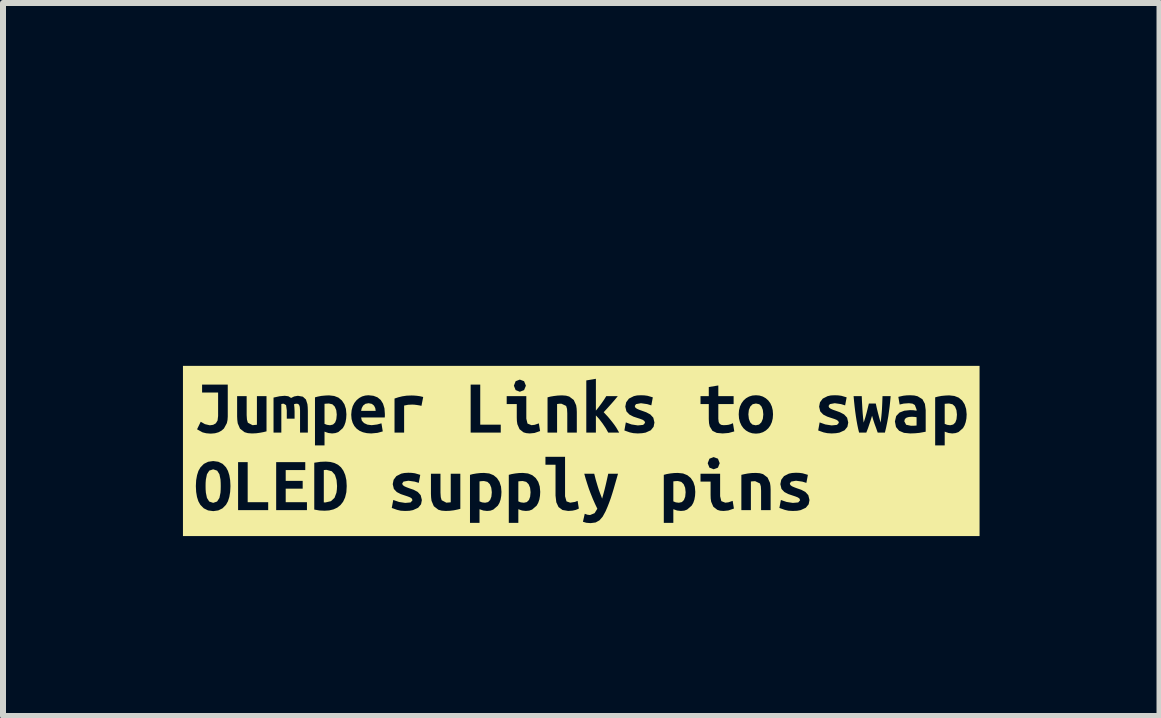
<source format=kicad_pcb>
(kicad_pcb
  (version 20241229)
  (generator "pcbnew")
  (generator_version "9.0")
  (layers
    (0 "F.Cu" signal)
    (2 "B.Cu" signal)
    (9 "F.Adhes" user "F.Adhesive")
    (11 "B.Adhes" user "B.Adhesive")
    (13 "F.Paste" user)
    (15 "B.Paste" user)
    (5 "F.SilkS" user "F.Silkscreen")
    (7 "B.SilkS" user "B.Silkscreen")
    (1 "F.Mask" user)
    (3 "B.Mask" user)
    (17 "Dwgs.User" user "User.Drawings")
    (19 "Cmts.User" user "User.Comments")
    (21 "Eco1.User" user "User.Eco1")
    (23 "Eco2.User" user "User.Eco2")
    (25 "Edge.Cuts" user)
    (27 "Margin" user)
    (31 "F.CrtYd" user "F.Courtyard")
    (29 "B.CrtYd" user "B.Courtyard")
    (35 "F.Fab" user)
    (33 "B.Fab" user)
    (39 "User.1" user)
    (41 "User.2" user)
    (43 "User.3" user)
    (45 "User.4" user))
  (footprint "kibuzzard-68271661"
    (layer "F.Cu")
    (at 6.64 4.468)
    (property "Reference" "kibuzzard-68271661" (at 0 -4.467 0) (layer "F.SilkS") (effects (font (size 0.001 0.001) (thickness 0.15))))
    (attr board_only exclude_from_pos_files exclude_from_bom)
    (fp_poly (pts (xy -3.427 -0.668) (xy -3.434 -0.715) (xy -3.455 -0.756) (xy -3.491 -0.785) (xy -3.545 -0.796) (xy -3.599 -0.786) (xy -3.636 -0.757) (xy -3.659 -0.716) (xy -3.67 -0.668) (xy -3.427 -0.668)) (stroke (width 0) (type solid)) (fill yes) (layer "F.SilkS"))
    (fp_poly (pts (xy 5.497 -0.42) (xy 5.547 -0.421) (xy 5.59 -0.424) (xy 5.59 -0.563) (xy 5.552 -0.568) (xy 5.512 -0.57) (xy 5.464 -0.567) (xy 5.424 -0.556) (xy 5.396 -0.534) (xy 5.385 -0.496) (xy 5.416 -0.437) (xy 5.497 -0.42)) (stroke (width 0) (type solid)) (fill yes) (layer "F.SilkS"))
    (fp_poly (pts (xy -4.076 -0.605) (xy -4.084 -0.679) (xy -4.109 -0.739) (xy -4.149 -0.778) (xy -4.207 -0.791) (xy -4.246 -0.789) (xy -4.28 -0.786) (xy -4.28 -0.452) (xy -4.239 -0.436) (xy -4.187 -0.429) (xy -4.138 -0.441) (xy -4.103 -0.475) (xy -4.083 -0.53) (xy -4.076 -0.605)) (stroke (width 0) (type solid)) (fill yes) (layer "F.SilkS"))
    (fp_poly (pts (xy -1.491 0.688) (xy -1.5 0.613) (xy -1.524 0.554) (xy -1.564 0.515) (xy -1.622 0.501) (xy -1.661 0.503) (xy -1.696 0.507) (xy -1.696 0.84) (xy -1.654 0.857) (xy -1.603 0.863) (xy -1.553 0.852) (xy -1.519 0.817) (xy -1.498 0.762) (xy -1.491 0.688)) (stroke (width 0) (type solid)) (fill yes) (layer "F.SilkS"))
    (fp_poly (pts (xy -0.845 0.688) (xy -0.853 0.613) (xy -0.878 0.554) (xy -0.918 0.515) (xy -0.976 0.501) (xy -1.015 0.503) (xy -1.049 0.507) (xy -1.049 0.84) (xy -1.008 0.857) (xy -0.956 0.863) (xy -0.907 0.852) (xy -0.872 0.817) (xy -0.852 0.762) (xy -0.845 0.688)) (stroke (width 0) (type solid)) (fill yes) (layer "F.SilkS"))
    (fp_poly (pts (xy 1.74 0.688) (xy 1.732 0.613) (xy 1.707 0.554) (xy 1.667 0.515) (xy 1.609 0.501) (xy 1.57 0.503) (xy 1.535 0.507) (xy 1.535 0.84) (xy 1.577 0.857) (xy 1.628 0.863) (xy 1.678 0.852) (xy 1.712 0.817) (xy 1.733 0.762) (xy 1.74 0.688)) (stroke (width 0) (type solid)) (fill yes) (layer "F.SilkS"))
    (fp_poly (pts (xy 6.263 -0.605) (xy 6.255 -0.679) (xy 6.231 -0.739) (xy 6.19 -0.778) (xy 6.132 -0.791) (xy 6.094 -0.789) (xy 6.059 -0.786) (xy 6.059 -0.452) (xy 6.1 -0.436) (xy 6.152 -0.429) (xy 6.201 -0.441) (xy 6.236 -0.475) (xy 6.256 -0.53) (xy 6.263 -0.605)) (stroke (width 0) (type solid)) (fill yes) (layer "F.SilkS"))
    (fp_poly (pts (xy -4.292 0.857) (xy -4.278 0.858) (xy -4.264 0.858) (xy -4.173 0.837) (xy -4.113 0.781) (xy -4.081 0.695) (xy -4.074 0.642) (xy -4.071 0.585) (xy -4.079 0.485) (xy -4.106 0.398) (xy -4.159 0.338) (xy -4.246 0.315) (xy -4.269 0.316) (xy -4.292 0.319) (xy -4.292 0.857)) (stroke (width 0) (type solid)) (fill yes) (layer "F.SilkS"))
    (fp_poly (pts (xy 2.786 -0.61) (xy 2.794 -0.536) (xy 2.816 -0.478) (xy 2.853 -0.44) (xy 2.909 -0.428) (xy 2.964 -0.44) (xy 3.003 -0.478) (xy 3.027 -0.536) (xy 3.035 -0.61) (xy 3.027 -0.684) (xy 3.005 -0.741) (xy 2.968 -0.779) (xy 2.912 -0.791) (xy 2.857 -0.779) (xy 2.818 -0.741) (xy 2.794 -0.684) (xy 2.786 -0.61)) (stroke (width 0) (type solid)) (fill yes) (layer "F.SilkS"))
    (fp_poly (pts (xy -6.263 0.585) (xy -6.262 0.642) (xy -6.258 0.695) (xy -6.24 0.783) (xy -6.202 0.843) (xy -6.136 0.865) (xy -6.071 0.843) (xy -6.032 0.783) (xy -6.014 0.694) (xy -6.011 0.642) (xy -6.01 0.585) (xy -6.011 0.529) (xy -6.014 0.476) (xy -6.032 0.388) (xy -6.07 0.328) (xy -6.136 0.306) (xy -6.202 0.328) (xy -6.24 0.388) (xy -6.258 0.477) (xy -6.262 0.529) (xy -6.263 0.585)) (stroke (width 0) (type solid)) (fill yes) (layer "F.SilkS"))
    (fp_poly (pts (xy -6.425 -1.419) (xy -6.64 -1.419) (xy -6.64 1.419) (xy -6.425 1.419) (xy -6.135 1.419) (xy -6.135 1.003) (xy -6.222 0.991) (xy -6.293 0.956) (xy -6.35 0.898) (xy -6.383 0.839) (xy -6.406 0.767) (xy -6.42 0.683) (xy -6.425 0.585) (xy -6.42 0.488) (xy -6.405 0.404) (xy -6.382 0.332) (xy -6.348 0.273) (xy -6.291 0.215) (xy -6.22 0.18) (xy -6.178 0.174) (xy -6.178 -0.289) (xy -6.252 -0.295) (xy -6.313 -0.31) (xy -6.405 -0.361) (xy -6.344 -0.487) (xy -6.273 -0.447) (xy -6.192 -0.428) (xy -6.136 -0.436) (xy -6.092 -0.461) (xy -6.063 -0.508) (xy -6.054 -0.583) (xy -6.054 -0.974) (xy -6.321 -0.974) (xy -6.321 -1.106) (xy -5.893 -1.106) (xy -5.893 -0.574) (xy -5.897 -0.517) (xy -5.908 -0.464) (xy -5.957 -0.374) (xy -5.997 -0.339) (xy -6.046 -0.312) (xy -6.106 -0.295) (xy -6.178 -0.289) (xy -6.178 0.174) (xy -6.136 0.168) (xy -6.05 0.18) (xy -5.978 0.215) (xy -5.922 0.273) (xy -5.89 0.332) (xy -5.867 0.404) (xy -5.853 0.488) (xy -5.848 0.585) (xy -5.853 0.683) (xy -5.867 0.767) (xy -5.89 0.839) (xy -5.923 0.898) (xy -5.98 0.956) (xy -6.051 0.991) (xy -6.135 1.003) (xy -6.135 1.419) (xy -5.219 1.419) (xy -5.219 0.986) (xy -5.721 0.986) (xy -5.721 0.186) (xy -5.561 0.186) (xy -5.561 0.854) (xy -5.49 0.854) (xy -5.49 -0.292) (xy -5.558 -0.297) (xy -5.613 -0.313) (xy -5.689 -0.372) (xy -5.727 -0.461) (xy -5.734 -0.516) (xy -5.737 -0.575) (xy -5.737 -0.914) (xy -5.578 -0.914) (xy -5.578 -0.596) (xy -5.573 -0.523) (xy -5.558 -0.471) (xy -5.48 -0.43) (xy -5.407 -0.437) (xy -5.407 -0.914) (xy -5.247 -0.914) (xy -5.247 -0.327) (xy -5.296 -0.315) (xy -5.354 -0.304) (xy -5.419 -0.295) (xy -5.49 -0.292) (xy -5.49 0.854) (xy -5.219 0.854) (xy -5.219 0.986) (xy -5.219 1.419) (xy -5.086 1.419) (xy -5.086 0.986) (xy -5.086 0.186) (xy -4.601 0.186) (xy -4.601 0.318) (xy -4.927 0.318) (xy -4.927 0.498) (xy -4.644 0.498) (xy -4.644 0.629) (xy -4.927 0.629) (xy -4.927 0.854) (xy -4.573 0.854) (xy -4.573 0.986) (xy -5.086 0.986) (xy -5.086 1.419) (xy -4.558 1.419) (xy -4.558 -0.306) (xy -4.688 -0.306) (xy -4.688 -0.677) (xy -4.692 -0.735) (xy -4.704 -0.769) (xy -4.721 -0.784) (xy -4.741 -0.788) (xy -4.765 -0.786) (xy -4.788 -0.779) (xy -4.782 -0.725) (xy -4.779 -0.659) (xy -4.779 -0.538) (xy -4.909 -0.538) (xy -4.909 -0.677) (xy -4.921 -0.764) (xy -4.96 -0.788) (xy -4.979 -0.787) (xy -5 -0.783) (xy -5 -0.306) (xy -5.13 -0.306) (xy -5.13 -0.89) (xy -5.03 -0.912) (xy -4.943 -0.92) (xy -4.883 -0.912) (xy -4.837 -0.884) (xy -4.786 -0.909) (xy -4.724 -0.92) (xy -4.641 -0.905) (xy -4.59 -0.858) (xy -4.565 -0.78) (xy -4.56 -0.729) (xy -4.558 -0.669) (xy -4.558 -0.306) (xy -4.558 1.419) (xy -4.28 1.419) (xy -4.28 0.996) (xy -4.364 0.992) (xy -4.451 0.977) (xy -4.451 0.196) (xy -4.349 0.181) (xy -4.28 0.178) (xy -4.28 -0.093) (xy -4.439 -0.093) (xy -4.439 -0.894) (xy -4.39 -0.907) (xy -4.332 -0.918) (xy -4.268 -0.924) (xy -4.205 -0.927) (xy -4.119 -0.917) (xy -4.047 -0.889) (xy -3.99 -0.841) (xy -3.948 -0.778) (xy -3.923 -0.701) (xy -3.915 -0.61) (xy -3.919 -0.543) (xy -3.93 -0.481) (xy -3.949 -0.427) (xy -3.975 -0.381) (xy -4.05 -0.315) (xy -4.099 -0.298) (xy -4.155 -0.292) (xy -4.217 -0.3) (xy -4.28 -0.322) (xy -4.28 -0.093) (xy -4.28 0.178) (xy -4.26 0.177) (xy -4.184 0.183) (xy -4.116 0.2) (xy -4.055 0.23) (xy -4.005 0.273) (xy -3.965 0.33) (xy -3.935 0.4) (xy -3.916 0.485) (xy -3.91 0.585) (xy -3.916 0.688) (xy -3.937 0.775) (xy -3.97 0.846) (xy -4.014 0.902) (xy -4.068 0.945) (xy -4.131 0.974) (xy -4.202 0.991) (xy -4.28 0.996) (xy -4.28 1.419) (xy -3.501 1.419) (xy -3.501 -0.292) (xy -3.575 -0.297) (xy -3.64 -0.312) (xy -3.697 -0.337) (xy -3.745 -0.372) (xy -3.783 -0.416) (xy -3.811 -0.469) (xy -3.829 -0.532) (xy -3.835 -0.605) (xy -3.828 -0.68) (xy -3.81 -0.746) (xy -3.782 -0.801) (xy -3.745 -0.847) (xy -3.702 -0.883) (xy -3.654 -0.909) (xy -3.601 -0.924) (xy -3.548 -0.929) (xy -3.465 -0.92) (xy -3.397 -0.894) (xy -3.343 -0.85) (xy -3.305 -0.789) (xy -3.281 -0.711) (xy -3.274 -0.618) (xy -3.274 -0.585) (xy -3.276 -0.558) (xy -3.67 -0.558) (xy -3.658 -0.505) (xy -3.621 -0.465) (xy -3.565 -0.439) (xy -3.495 -0.43) (xy -3.404 -0.441) (xy -3.331 -0.461) (xy -3.309 -0.326) (xy -3.396 -0.302) (xy -3.501 -0.292) (xy -3.501 1.419) (xy -2.935 1.419) (xy -2.935 1) (xy -3.008 0.996) (xy -3.069 0.982) (xy -3.159 0.95) (xy -3.134 0.817) (xy -3.038 0.85) (xy -2.934 0.866) (xy -2.845 0.858) (xy -2.814 0.823) (xy -2.823 0.795) (xy -2.85 0.775) (xy -2.89 0.759) (xy -2.938 0.743) (xy -3.009 0.719) (xy -3.075 0.685) (xy -3.124 0.633) (xy -3.143 0.553) (xy -3.128 0.48) (xy -3.082 0.419) (xy -3.001 0.378) (xy -2.953 0.368) (xy -2.953 -0.306) (xy -3.113 -0.306) (xy -3.113 -0.874) (xy -3.049 -0.895) (xy -2.984 -0.911) (xy -2.911 -0.922) (xy -2.828 -0.925) (xy -2.791 -0.924) (xy -2.74 -0.92) (xy -2.685 -0.912) (xy -2.635 -0.9) (xy -2.664 -0.752) (xy -2.7 -0.76) (xy -2.744 -0.767) (xy -2.786 -0.772) (xy -2.821 -0.773) (xy -2.887 -0.77) (xy -2.953 -0.757) (xy -2.953 -0.306) (xy -2.953 0.368) (xy -2.947 0.367) (xy -2.883 0.363) (xy -2.826 0.365) (xy -2.773 0.372) (xy -2.684 0.398) (xy -2.709 0.532) (xy -2.777 0.511) (xy -2.882 0.496) (xy -2.964 0.511) (xy -2.985 0.543) (xy -2.976 0.568) (xy -2.95 0.588) (xy -2.912 0.605) (xy -2.867 0.622) (xy -2.794 0.647) (xy -2.726 0.683) (xy -2.677 0.737) (xy -2.657 0.818) (xy -2.671 0.889) (xy -2.719 0.947) (xy -2.805 0.986) (xy -2.864 0.997) (xy -2.935 1) (xy -2.935 1.419) (xy -2.259 1.419) (xy -2.259 1) (xy -2.327 0.995) (xy -2.382 0.98) (xy -2.458 0.921) (xy -2.496 0.831) (xy -2.503 0.777) (xy -2.506 0.717) (xy -2.506 0.379) (xy -2.347 0.379) (xy -2.347 0.697) (xy -2.342 0.77) (xy -2.327 0.821) (xy -2.249 0.862) (xy -2.176 0.856) (xy -2.176 0.379) (xy -2.016 0.379) (xy -2.016 0.965) (xy -2.065 0.977) (xy -2.123 0.989) (xy -2.188 0.997) (xy -2.259 1) (xy -2.259 1.419) (xy -1.696 1.419) (xy -1.696 1.199) (xy -1.855 1.199) (xy -1.855 0.398) (xy -1.806 0.385) (xy -1.747 0.375) (xy -1.683 0.368) (xy -1.621 0.366) (xy -1.534 0.375) (xy -1.462 0.404) (xy -1.405 0.451) (xy -1.363 0.515) (xy -1.342 0.582) (xy -1.342 -0.306) (xy -1.844 -0.306) (xy -1.844 -1.106) (xy -1.684 -1.106) (xy -1.684 -0.438) (xy -1.342 -0.438) (xy -1.342 -0.306) (xy -1.342 0.582) (xy -1.338 0.592) (xy -1.33 0.682) (xy -1.334 0.749) (xy -1.345 0.811) (xy -1.364 0.866) (xy -1.391 0.912) (xy -1.466 0.977) (xy -1.514 0.995) (xy -1.57 1) (xy -1.632 0.993) (xy -1.696 0.971) (xy -1.696 1.199) (xy -1.696 1.419) (xy -1.049 1.419) (xy -1.049 1.199) (xy -1.208 1.199) (xy -1.208 0.398) (xy -1.159 0.385) (xy -1.1 0.375) (xy -1.037 0.368) (xy -0.974 0.366) (xy -0.888 0.375) (xy -0.858 0.387) (xy -0.858 -0.292) (xy -0.915 -0.297) (xy -0.962 -0.31) (xy -1.029 -0.363) (xy -1.065 -0.446) (xy -1.073 -0.499) (xy -1.075 -0.558) (xy -1.075 -0.782) (xy -1.243 -0.782) (xy -1.243 -0.914) (xy -1.024 -0.914) (xy -1.024 -0.987) (xy -1.094 -1.015) (xy -1.123 -1.088) (xy -1.094 -1.163) (xy -1.024 -1.19) (xy -0.953 -1.163) (xy -0.923 -1.088) (xy -0.953 -1.015) (xy -1.024 -0.987) (xy -1.024 -0.914) (xy -0.916 -0.914) (xy -0.916 -0.538) (xy -0.896 -0.457) (xy -0.83 -0.43) (xy -0.777 -0.436) (xy -0.707 -0.46) (xy -0.686 -0.332) (xy -0.779 -0.3) (xy -0.858 -0.292) (xy -0.858 0.387) (xy -0.816 0.404) (xy -0.759 0.451) (xy -0.717 0.515) (xy -0.692 0.592) (xy -0.684 0.682) (xy -0.688 0.749) (xy -0.699 0.811) (xy -0.718 0.866) (xy -0.744 0.912) (xy -0.819 0.977) (xy -0.868 0.995) (xy -0.924 1) (xy -0.986 0.993) (xy -1.049 0.971) (xy -1.049 1.199) (xy -1.049 1.419) (xy -0.218 1.419) (xy -0.218 1) (xy -0.313 0.984) (xy -0.379 0.935) (xy -0.416 0.855) (xy -0.429 0.744) (xy -0.429 0.229) (xy -0.597 0.229) (xy -0.597 0.097) (xy -0.27 0.097) (xy -0.27 0.756) (xy -0.246 0.84) (xy -0.184 0.862) (xy -0.103 0.849) (xy -0.074 0.837) (xy -0.074 -0.306) (xy -0.233 -0.306) (xy -0.233 -0.628) (xy -0.237 -0.701) (xy -0.252 -0.751) (xy -0.331 -0.788) (xy -0.366 -0.787) (xy -0.403 -0.783) (xy -0.403 -0.306) (xy -0.562 -0.306) (xy -0.562 -0.894) (xy -0.515 -0.906) (xy -0.457 -0.916) (xy -0.391 -0.924) (xy -0.321 -0.927) (xy -0.254 -0.922) (xy -0.2 -0.907) (xy -0.125 -0.85) (xy -0.085 -0.762) (xy -0.077 -0.708) (xy -0.074 -0.649) (xy -0.074 -0.306) (xy -0.074 0.837) (xy -0.061 0.832) (xy -0.04 0.96) (xy -0.058 0.969) (xy -0.093 0.983) (xy -0.147 0.995) (xy -0.218 1) (xy -0.218 1.419) (xy 0.156 1.419) (xy 0.156 1.203) (xy 0.083 1.197) (xy 0.028 1.18) (xy 0.058 1.047) (xy 0.104 1.063) (xy 0.147 1.068) (xy 0.222 1.037) (xy 0.268 0.963) (xy 0.23 0.883) (xy 0.192 0.797) (xy 0.154 0.702) (xy 0.126 0.627) (xy 0.1 0.548) (xy 0.074 0.465) (xy 0.05 0.379) (xy 0.216 0.379) (xy 0.242 0.481) (xy 0.258 0.535) (xy 0.274 0.589) (xy 0.291 0.643) (xy 0.31 0.696) (xy 0.348 0.794) (xy 0.375 0.696) (xy 0.389 0.643) (xy 0.402 0.59) (xy 0.415 0.536) (xy 0.427 0.482) (xy 0.45 0.379) (xy 0.613 0.379) (xy 0.589 0.463) (xy 0.565 0.546) (xy 0.542 0.627) (xy 0.518 0.706) (xy 0.493 0.784) (xy 0.466 0.859) (xy 0.437 0.933) (xy 0.406 1.005) (xy 0.357 1.095) (xy 0.304 1.156) (xy 0.24 1.192) (xy 0.156 1.203) (xy 0.156 1.419) (xy 0.632 1.419) (xy 0.632 -0.306) (xy 0.45 -0.306) (xy 0.409 -0.379) (xy 0.355 -0.459) (xy 0.298 -0.534) (xy 0.244 -0.593) (xy 0.244 -0.306) (xy 0.084 -0.306) (xy 0.084 -1.176) (xy 0.244 -1.203) (xy 0.244 -0.673) (xy 0.291 -0.731) (xy 0.338 -0.794) (xy 0.381 -0.856) (xy 0.417 -0.914) (xy 0.609 -0.914) (xy 0.556 -0.849) (xy 0.494 -0.778) (xy 0.431 -0.708) (xy 0.374 -0.646) (xy 0.443 -0.572) (xy 0.48 -0.528) (xy 0.517 -0.482) (xy 0.552 -0.436) (xy 0.584 -0.389) (xy 0.632 -0.306) (xy 0.632 1.419) (xy 0.942 1.419) (xy 0.942 -0.292) (xy 0.869 -0.297) (xy 0.808 -0.31) (xy 0.719 -0.342) (xy 0.743 -0.476) (xy 0.839 -0.442) (xy 0.943 -0.426) (xy 1.033 -0.435) (xy 1.064 -0.469) (xy 1.054 -0.498) (xy 1.027 -0.518) (xy 0.987 -0.534) (xy 0.94 -0.549) (xy 0.868 -0.573) (xy 0.803 -0.607) (xy 0.753 -0.66) (xy 0.734 -0.739) (xy 0.749 -0.812) (xy 0.795 -0.873) (xy 0.876 -0.914) (xy 0.93 -0.926) (xy 0.994 -0.929) (xy 1.051 -0.927) (xy 1.104 -0.92) (xy 1.193 -0.894) (xy 1.168 -0.76) (xy 1.1 -0.781) (xy 0.995 -0.796) (xy 0.913 -0.781) (xy 0.892 -0.75) (xy 0.901 -0.724) (xy 0.927 -0.704) (xy 0.965 -0.687) (xy 1.011 -0.671) (xy 1.083 -0.645) (xy 1.151 -0.609) (xy 1.201 -0.555) (xy 1.22 -0.474) (xy 1.206 -0.403) (xy 1.159 -0.345) (xy 1.073 -0.306) (xy 1.014 -0.296) (xy 0.942 -0.292) (xy 0.942 1.419) (xy 1.535 1.419) (xy 1.535 1.199) (xy 1.376 1.199) (xy 1.376 0.398) (xy 1.425 0.385) (xy 1.484 0.375) (xy 1.548 0.368) (xy 1.61 0.366) (xy 1.697 0.375) (xy 1.769 0.404) (xy 1.826 0.451) (xy 1.868 0.515) (xy 1.893 0.592) (xy 1.901 0.682) (xy 1.897 0.749) (xy 1.886 0.811) (xy 1.867 0.866) (xy 1.84 0.912) (xy 1.765 0.977) (xy 1.717 0.995) (xy 1.661 1) (xy 1.599 0.993) (xy 1.535 0.971) (xy 1.535 1.199) (xy 1.535 1.419) (xy 2.373 1.419) (xy 2.373 1) (xy 2.316 0.996) (xy 2.269 0.982) (xy 2.202 0.93) (xy 2.166 0.847) (xy 2.158 0.794) (xy 2.156 0.734) (xy 2.156 0.511) (xy 1.988 0.511) (xy 1.988 0.379) (xy 2.207 0.379) (xy 2.207 0.305) (xy 2.137 0.278) (xy 2.108 0.204) (xy 2.137 0.129) (xy 2.207 0.102) (xy 2.279 0.129) (xy 2.308 0.204) (xy 2.279 0.278) (xy 2.207 0.305) (xy 2.207 0.379) (xy 2.315 0.379) (xy 2.315 0.755) (xy 2.335 0.836) (xy 2.357 0.845) (xy 2.357 -0.292) (xy 2.259 -0.301) (xy 2.187 -0.336) (xy 2.142 -0.409) (xy 2.13 -0.463) (xy 2.126 -0.532) (xy 2.126 -0.782) (xy 1.988 -0.782) (xy 1.988 -0.914) (xy 2.126 -0.914) (xy 2.126 -1.066) (xy 2.285 -1.092) (xy 2.285 -0.914) (xy 2.54 -0.914) (xy 2.54 -0.782) (xy 2.285 -0.782) (xy 2.285 -0.536) (xy 2.291 -0.482) (xy 2.31 -0.45) (xy 2.338 -0.434) (xy 2.375 -0.43) (xy 2.416 -0.432) (xy 2.452 -0.436) (xy 2.489 -0.446) (xy 2.529 -0.463) (xy 2.551 -0.326) (xy 2.456 -0.3) (xy 2.357 -0.292) (xy 2.357 0.845) (xy 2.401 0.862) (xy 2.454 0.856) (xy 2.524 0.832) (xy 2.545 0.96) (xy 2.452 0.992) (xy 2.373 1) (xy 2.373 1.419) (xy 3.157 1.419) (xy 3.157 0.986) (xy 2.998 0.986) (xy 2.998 0.664) (xy 2.994 0.591) (xy 2.979 0.542) (xy 2.9 0.504) (xy 2.865 0.505) (xy 2.828 0.509) (xy 2.828 0.986) (xy 2.669 0.986) (xy 2.669 0.398) (xy 2.716 0.387) (xy 2.774 0.376) (xy 2.84 0.368) (xy 2.911 0.366) (xy 2.912 0.366) (xy 2.912 -0.289) (xy 2.85 -0.295) (xy 2.795 -0.313) (xy 2.746 -0.341) (xy 2.704 -0.379) (xy 2.671 -0.425) (xy 2.646 -0.48) (xy 2.63 -0.542) (xy 2.625 -0.611) (xy 2.63 -0.679) (xy 2.646 -0.741) (xy 2.672 -0.796) (xy 2.706 -0.842) (xy 2.747 -0.879) (xy 2.797 -0.907) (xy 2.852 -0.924) (xy 2.912 -0.929) (xy 2.972 -0.924) (xy 3.027 -0.907) (xy 3.076 -0.879) (xy 3.118 -0.842) (xy 3.152 -0.796) (xy 3.177 -0.741) (xy 3.192 -0.679) (xy 3.197 -0.611) (xy 3.192 -0.542) (xy 3.177 -0.48) (xy 3.152 -0.425) (xy 3.119 -0.379) (xy 3.077 -0.341) (xy 3.029 -0.313) (xy 2.973 -0.295) (xy 2.912 -0.289) (xy 2.912 0.366) (xy 2.977 0.371) (xy 3.031 0.386) (xy 3.106 0.443) (xy 3.146 0.531) (xy 3.154 0.584) (xy 3.157 0.644) (xy 3.157 0.986) (xy 3.157 1.419) (xy 3.527 1.419) (xy 3.527 1) (xy 3.454 0.996) (xy 3.393 0.982) (xy 3.303 0.95) (xy 3.328 0.817) (xy 3.424 0.85) (xy 3.528 0.866) (xy 3.617 0.858) (xy 3.648 0.823) (xy 3.639 0.795) (xy 3.612 0.775) (xy 3.572 0.759) (xy 3.524 0.743) (xy 3.453 0.719) (xy 3.387 0.685) (xy 3.338 0.633) (xy 3.319 0.553) (xy 3.334 0.48) (xy 3.38 0.419) (xy 3.461 0.378) (xy 3.515 0.367) (xy 3.579 0.363) (xy 3.636 0.365) (xy 3.689 0.372) (xy 3.778 0.398) (xy 3.753 0.532) (xy 3.685 0.511) (xy 3.58 0.496) (xy 3.498 0.511) (xy 3.477 0.543) (xy 3.486 0.568) (xy 3.512 0.588) (xy 3.55 0.605) (xy 3.595 0.622) (xy 3.668 0.647) (xy 3.736 0.683) (xy 3.785 0.737) (xy 3.805 0.818) (xy 3.791 0.889) (xy 3.743 0.947) (xy 3.658 0.986) (xy 3.598 0.997) (xy 3.527 1) (xy 3.527 1.419) (xy 4.173 1.419) (xy 4.173 -0.292) (xy 4.1 -0.297) (xy 4.039 -0.31) (xy 3.95 -0.342) (xy 3.974 -0.476) (xy 4.07 -0.442) (xy 4.174 -0.426) (xy 4.264 -0.435) (xy 4.295 -0.469) (xy 4.285 -0.498) (xy 4.258 -0.518) (xy 4.218 -0.534) (xy 4.171 -0.549) (xy 4.1 -0.573) (xy 4.034 -0.607) (xy 3.984 -0.66) (xy 3.965 -0.739) (xy 3.98 -0.812) (xy 4.026 -0.873) (xy 4.107 -0.914) (xy 4.161 -0.926) (xy 4.225 -0.929) (xy 4.282 -0.927) (xy 4.335 -0.92) (xy 4.424 -0.894) (xy 4.399 -0.76) (xy 4.331 -0.781) (xy 4.226 -0.796) (xy 4.144 -0.781) (xy 4.123 -0.75) (xy 4.132 -0.724) (xy 4.158 -0.704) (xy 4.196 -0.687) (xy 4.242 -0.671) (xy 4.314 -0.645) (xy 4.382 -0.609) (xy 4.432 -0.555) (xy 4.451 -0.474) (xy 4.437 -0.403) (xy 4.39 -0.345) (xy 4.304 -0.306) (xy 4.245 -0.296) (xy 4.173 -0.292) (xy 4.173 1.419) (xy 4.942 1.419) (xy 4.942 -0.306) (xy 4.916 -0.38) (xy 4.892 -0.445) (xy 4.87 -0.511) (xy 4.848 -0.587) (xy 4.825 -0.512) (xy 4.803 -0.447) (xy 4.781 -0.381) (xy 4.752 -0.306) (xy 4.632 -0.306) (xy 4.617 -0.366) (xy 4.603 -0.432) (xy 4.59 -0.504) (xy 4.578 -0.58) (xy 4.567 -0.659) (xy 4.557 -0.742) (xy 4.548 -0.827) (xy 4.54 -0.914) (xy 4.676 -0.914) (xy 4.679 -0.839) (xy 4.683 -0.766) (xy 4.687 -0.694) (xy 4.692 -0.622) (xy 4.699 -0.548) (xy 4.708 -0.473) (xy 4.737 -0.564) (xy 4.759 -0.644) (xy 4.777 -0.718) (xy 4.795 -0.791) (xy 4.91 -0.791) (xy 4.926 -0.718) (xy 4.944 -0.644) (xy 4.965 -0.564) (xy 4.991 -0.473) (xy 4.998 -0.531) (xy 5.004 -0.587) (xy 5.009 -0.641) (xy 5.013 -0.695) (xy 5.018 -0.802) (xy 5.02 -0.857) (xy 5.022 -0.914) (xy 5.158 -0.914) (xy 5.15 -0.826) (xy 5.141 -0.742) (xy 5.13 -0.66) (xy 5.119 -0.58) (xy 5.101 -0.48) (xy 5.082 -0.389) (xy 5.062 -0.306) (xy 4.942 -0.306) (xy 4.942 1.419) (xy 5.485 1.419) (xy 5.485 -0.292) (xy 5.38 -0.302) (xy 5.299 -0.337) (xy 5.247 -0.399) (xy 5.229 -0.492) (xy 5.25 -0.582) (xy 5.305 -0.64) (xy 5.385 -0.671) (xy 5.48 -0.681) (xy 5.538 -0.679) (xy 5.59 -0.671) (xy 5.59 -0.69) (xy 5.561 -0.766) (xy 5.522 -0.789) (xy 5.463 -0.796) (xy 5.376 -0.79) (xy 5.308 -0.774) (xy 5.286 -0.902) (xy 5.37 -0.921) (xy 5.425 -0.927) (xy 5.482 -0.929) (xy 5.551 -0.925) (xy 5.607 -0.912) (xy 5.687 -0.863) (xy 5.729 -0.785) (xy 5.742 -0.682) (xy 5.742 -0.321) (xy 5.639 -0.302) (xy 5.566 -0.295) (xy 5.485 -0.292) (xy 5.485 1.419) (xy 6.059 1.419) (xy 6.059 -0.093) (xy 5.9 -0.093) (xy 5.9 -0.894) (xy 5.949 -0.907) (xy 6.008 -0.918) (xy 6.071 -0.924) (xy 6.134 -0.927) (xy 6.22 -0.917) (xy 6.292 -0.889) (xy 6.35 -0.841) (xy 6.391 -0.778) (xy 6.416 -0.701) (xy 6.425 -0.61) (xy 6.421 -0.543) (xy 6.409 -0.481) (xy 6.39 -0.427) (xy 6.364 -0.381) (xy 6.289 -0.315) (xy 6.24 -0.298) (xy 6.184 -0.292) (xy 6.122 -0.3) (xy 6.059 -0.322) (xy 6.059 -0.093) (xy 6.059 1.419) (xy 6.425 1.419) (xy 6.64 1.419) (xy 6.64 -1.419) (xy 6.425 -1.419) (xy -6.425 -1.419)) (stroke (width 0) (type solid)) (fill yes) (layer "F.SilkS")))
  (gr_rect
    (start -3 -3)
    (end 16.28 8.886)
    (stroke (width 0.1) (type default))
    (fill no)
    (layer "Edge.Cuts")))
</source>
